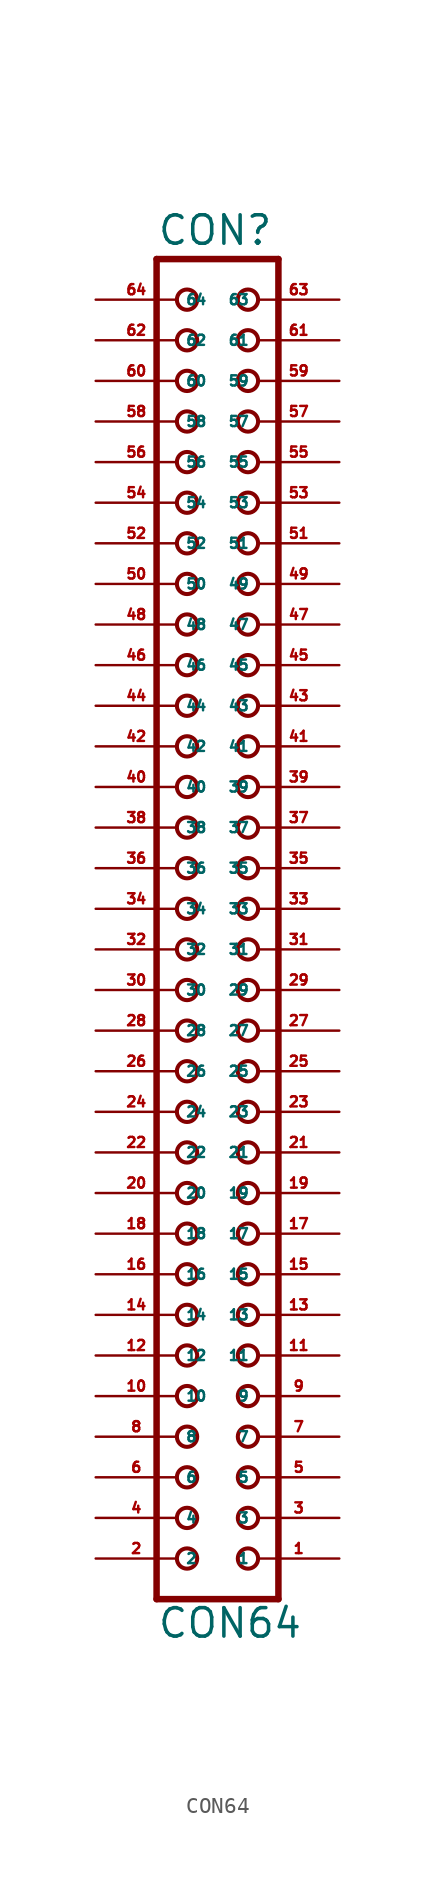
<source format=kicad_sym>
(kicad_symbol_lib
  (version 20220914)
  (generator Eagle2Kicad)
  (symbol "CON64"
    (property "Reference" "CON"
      (at -3.81 41.402 0)
      (effects (font (size 1.778 1.778) (thickness 0.22)) (justify left bottom)))
    (property "Value" "CON64"
      (at -3.81 -45.72 0)
      (effects (font (size 1.778 1.778) (thickness 0.22)) (justify left bottom)))
    (polyline
      (pts (xy 3.81 -43.18) (xy -3.81 -43.18))
      (stroke (width 0.406) (type default))
      (fill (type none)))
    (polyline
      (pts (xy -3.81 40.64) (xy -3.81 -43.18))
      (stroke (width 0.406) (type default))
      (fill (type none)))
    (polyline
      (pts (xy -3.81 40.64) (xy 3.81 40.64))
      (stroke (width 0.406) (type default))
      (fill (type none)))
    (polyline
      (pts (xy 3.81 -43.18) (xy 3.81 40.64))
      (stroke (width 0.406) (type default))
      (fill (type none)))
    (circle
      (center 1.905 -40.64)
      (radius 0.635)
      (stroke (width 0.254) (type default))
      (fill (type none)))
    (circle
      (center 1.905 -38.1)
      (radius 0.635)
      (stroke (width 0.254) (type default))
      (fill (type none)))
    (circle
      (center 1.905 -35.56)
      (radius 0.635)
      (stroke (width 0.254) (type default))
      (fill (type none)))
    (circle
      (center 1.905 -33.02)
      (radius 0.635)
      (stroke (width 0.254) (type default))
      (fill (type none)))
    (circle
      (center 1.905 -30.48)
      (radius 0.635)
      (stroke (width 0.254) (type default))
      (fill (type none)))
    (circle
      (center 1.905 -27.94)
      (radius 0.635)
      (stroke (width 0.254) (type default))
      (fill (type none)))
    (circle
      (center 1.905 -25.4)
      (radius 0.635)
      (stroke (width 0.254) (type default))
      (fill (type none)))
    (circle
      (center 1.905 -22.86)
      (radius 0.635)
      (stroke (width 0.254) (type default))
      (fill (type none)))
    (circle
      (center 1.905 -20.32)
      (radius 0.635)
      (stroke (width 0.254) (type default))
      (fill (type none)))
    (circle
      (center 1.905 -17.78)
      (radius 0.635)
      (stroke (width 0.254) (type default))
      (fill (type none)))
    (circle
      (center 1.905 -15.24)
      (radius 0.635)
      (stroke (width 0.254) (type default))
      (fill (type none)))
    (circle
      (center 1.905 -12.7)
      (radius 0.635)
      (stroke (width 0.254) (type default))
      (fill (type none)))
    (circle
      (center 1.905 -10.16)
      (radius 0.635)
      (stroke (width 0.254) (type default))
      (fill (type none)))
    (circle
      (center 1.905 -7.62)
      (radius 0.635)
      (stroke (width 0.254) (type default))
      (fill (type none)))
    (circle
      (center 1.905 -5.08)
      (radius 0.635)
      (stroke (width 0.254) (type default))
      (fill (type none)))
    (circle
      (center 1.905 -2.54)
      (radius 0.635)
      (stroke (width 0.254) (type default))
      (fill (type none)))
    (circle
      (center 1.905 0)
      (radius 0.635)
      (stroke (width 0.254) (type default))
      (fill (type none)))
    (circle
      (center 1.905 2.54)
      (radius 0.635)
      (stroke (width 0.254) (type default))
      (fill (type none)))
    (circle
      (center 1.905 5.08)
      (radius 0.635)
      (stroke (width 0.254) (type default))
      (fill (type none)))
    (circle
      (center 1.905 7.62)
      (radius 0.635)
      (stroke (width 0.254) (type default))
      (fill (type none)))
    (circle
      (center 1.905 10.16)
      (radius 0.635)
      (stroke (width 0.254) (type default))
      (fill (type none)))
    (circle
      (center 1.905 12.7)
      (radius 0.635)
      (stroke (width 0.254) (type default))
      (fill (type none)))
    (circle
      (center 1.905 15.24)
      (radius 0.635)
      (stroke (width 0.254) (type default))
      (fill (type none)))
    (circle
      (center 1.905 17.78)
      (radius 0.635)
      (stroke (width 0.254) (type default))
      (fill (type none)))
    (circle
      (center 1.905 20.32)
      (radius 0.635)
      (stroke (width 0.254) (type default))
      (fill (type none)))
    (circle
      (center 1.905 22.86)
      (radius 0.635)
      (stroke (width 0.254) (type default))
      (fill (type none)))
    (circle
      (center 1.905 25.4)
      (radius 0.635)
      (stroke (width 0.254) (type default))
      (fill (type none)))
    (circle
      (center 1.905 27.94)
      (radius 0.635)
      (stroke (width 0.254) (type default))
      (fill (type none)))
    (circle
      (center 1.905 30.48)
      (radius 0.635)
      (stroke (width 0.254) (type default))
      (fill (type none)))
    (circle
      (center 1.905 33.02)
      (radius 0.635)
      (stroke (width 0.254) (type default))
      (fill (type none)))
    (circle
      (center 1.905 35.56)
      (radius 0.635)
      (stroke (width 0.254) (type default))
      (fill (type none)))
    (circle
      (center 1.905 38.1)
      (radius 0.635)
      (stroke (width 0.254) (type default))
      (fill (type none)))
    (circle
      (center -1.905 -40.64)
      (radius 0.635)
      (stroke (width 0.254) (type default))
      (fill (type none)))
    (circle
      (center -1.905 -38.1)
      (radius 0.635)
      (stroke (width 0.254) (type default))
      (fill (type none)))
    (circle
      (center -1.905 -35.56)
      (radius 0.635)
      (stroke (width 0.254) (type default))
      (fill (type none)))
    (circle
      (center -1.905 -33.02)
      (radius 0.635)
      (stroke (width 0.254) (type default))
      (fill (type none)))
    (circle
      (center -1.905 -30.48)
      (radius 0.635)
      (stroke (width 0.254) (type default))
      (fill (type none)))
    (circle
      (center -1.905 -27.94)
      (radius 0.635)
      (stroke (width 0.254) (type default))
      (fill (type none)))
    (circle
      (center -1.905 -25.4)
      (radius 0.635)
      (stroke (width 0.254) (type default))
      (fill (type none)))
    (circle
      (center -1.905 -22.86)
      (radius 0.635)
      (stroke (width 0.254) (type default))
      (fill (type none)))
    (circle
      (center -1.905 -20.32)
      (radius 0.635)
      (stroke (width 0.254) (type default))
      (fill (type none)))
    (circle
      (center -1.905 -17.78)
      (radius 0.635)
      (stroke (width 0.254) (type default))
      (fill (type none)))
    (circle
      (center -1.905 -15.24)
      (radius 0.635)
      (stroke (width 0.254) (type default))
      (fill (type none)))
    (circle
      (center -1.905 -12.7)
      (radius 0.635)
      (stroke (width 0.254) (type default))
      (fill (type none)))
    (circle
      (center -1.905 -10.16)
      (radius 0.635)
      (stroke (width 0.254) (type default))
      (fill (type none)))
    (circle
      (center -1.905 -7.62)
      (radius 0.635)
      (stroke (width 0.254) (type default))
      (fill (type none)))
    (circle
      (center -1.905 -5.08)
      (radius 0.635)
      (stroke (width 0.254) (type default))
      (fill (type none)))
    (circle
      (center -1.905 -2.54)
      (radius 0.635)
      (stroke (width 0.254) (type default))
      (fill (type none)))
    (circle
      (center -1.905 0)
      (radius 0.635)
      (stroke (width 0.254) (type default))
      (fill (type none)))
    (circle
      (center -1.905 2.54)
      (radius 0.635)
      (stroke (width 0.254) (type default))
      (fill (type none)))
    (circle
      (center -1.905 5.08)
      (radius 0.635)
      (stroke (width 0.254) (type default))
      (fill (type none)))
    (circle
      (center -1.905 7.62)
      (radius 0.635)
      (stroke (width 0.254) (type default))
      (fill (type none)))
    (circle
      (center -1.905 10.16)
      (radius 0.635)
      (stroke (width 0.254) (type default))
      (fill (type none)))
    (circle
      (center -1.905 12.7)
      (radius 0.635)
      (stroke (width 0.254) (type default))
      (fill (type none)))
    (circle
      (center -1.905 15.24)
      (radius 0.635)
      (stroke (width 0.254) (type default))
      (fill (type none)))
    (circle
      (center -1.905 17.78)
      (radius 0.635)
      (stroke (width 0.254) (type default))
      (fill (type none)))
    (circle
      (center -1.905 20.32)
      (radius 0.635)
      (stroke (width 0.254) (type default))
      (fill (type none)))
    (circle
      (center -1.905 22.86)
      (radius 0.635)
      (stroke (width 0.254) (type default))
      (fill (type none)))
    (circle
      (center -1.905 25.4)
      (radius 0.635)
      (stroke (width 0.254) (type default))
      (fill (type none)))
    (circle
      (center -1.905 27.94)
      (radius 0.635)
      (stroke (width 0.254) (type default))
      (fill (type none)))
    (circle
      (center -1.905 30.48)
      (radius 0.635)
      (stroke (width 0.254) (type default))
      (fill (type none)))
    (circle
      (center -1.905 33.02)
      (radius 0.635)
      (stroke (width 0.254) (type default))
      (fill (type none)))
    (circle
      (center -1.905 35.56)
      (radius 0.635)
      (stroke (width 0.254) (type default))
      (fill (type none)))
    (circle
      (center -1.905 38.1)
      (radius 0.635)
      (stroke (width 0.254) (type default))
      (fill (type none)))
    (pin passive line
      (at 7.62 -40.64 180)
      (length 5.08)
      (name "1" (effects (font (size 0.635 0.635) (thickness 0.08)) (justify left bottom)))
      (number "1" (effects (font (size 0.635 0.635) (thickness 0.08)) (justify left bottom))))
    (pin passive line
      (at -7.62 -40.64 0)
      (length 5.08)
      (name "2" (effects (font (size 0.635 0.635) (thickness 0.08)) (justify left bottom)))
      (number "2" (effects (font (size 0.635 0.635) (thickness 0.08)) (justify left bottom))))
    (pin passive line
      (at 7.62 -38.1 180)
      (length 5.08)
      (name "3" (effects (font (size 0.635 0.635) (thickness 0.08)) (justify left bottom)))
      (number "3" (effects (font (size 0.635 0.635) (thickness 0.08)) (justify left bottom))))
    (pin passive line
      (at -7.62 -38.1 0)
      (length 5.08)
      (name "4" (effects (font (size 0.635 0.635) (thickness 0.08)) (justify left bottom)))
      (number "4" (effects (font (size 0.635 0.635) (thickness 0.08)) (justify left bottom))))
    (pin passive line
      (at 7.62 -35.56 180)
      (length 5.08)
      (name "5" (effects (font (size 0.635 0.635) (thickness 0.08)) (justify left bottom)))
      (number "5" (effects (font (size 0.635 0.635) (thickness 0.08)) (justify left bottom))))
    (pin passive line
      (at -7.62 -35.56 0)
      (length 5.08)
      (name "6" (effects (font (size 0.635 0.635) (thickness 0.08)) (justify left bottom)))
      (number "6" (effects (font (size 0.635 0.635) (thickness 0.08)) (justify left bottom))))
    (pin passive line
      (at 7.62 -33.02 180)
      (length 5.08)
      (name "7" (effects (font (size 0.635 0.635) (thickness 0.08)) (justify left bottom)))
      (number "7" (effects (font (size 0.635 0.635) (thickness 0.08)) (justify left bottom))))
    (pin passive line
      (at -7.62 -33.02 0)
      (length 5.08)
      (name "8" (effects (font (size 0.635 0.635) (thickness 0.08)) (justify left bottom)))
      (number "8" (effects (font (size 0.635 0.635) (thickness 0.08)) (justify left bottom))))
    (pin passive line
      (at 7.62 -30.48 180)
      (length 5.08)
      (name "9" (effects (font (size 0.635 0.635) (thickness 0.08)) (justify left bottom)))
      (number "9" (effects (font (size 0.635 0.635) (thickness 0.08)) (justify left bottom))))
    (pin passive line
      (at -7.62 -30.48 0)
      (length 5.08)
      (name "10" (effects (font (size 0.635 0.635) (thickness 0.08)) (justify left bottom)))
      (number "10" (effects (font (size 0.635 0.635) (thickness 0.08)) (justify left bottom))))
    (pin passive line
      (at 7.62 -27.94 180)
      (length 5.08)
      (name "11" (effects (font (size 0.635 0.635) (thickness 0.08)) (justify left bottom)))
      (number "11" (effects (font (size 0.635 0.635) (thickness 0.08)) (justify left bottom))))
    (pin passive line
      (at -7.62 -27.94 0)
      (length 5.08)
      (name "12" (effects (font (size 0.635 0.635) (thickness 0.08)) (justify left bottom)))
      (number "12" (effects (font (size 0.635 0.635) (thickness 0.08)) (justify left bottom))))
    (pin passive line
      (at 7.62 -25.4 180)
      (length 5.08)
      (name "13" (effects (font (size 0.635 0.635) (thickness 0.08)) (justify left bottom)))
      (number "13" (effects (font (size 0.635 0.635) (thickness 0.08)) (justify left bottom))))
    (pin passive line
      (at -7.62 -25.4 0)
      (length 5.08)
      (name "14" (effects (font (size 0.635 0.635) (thickness 0.08)) (justify left bottom)))
      (number "14" (effects (font (size 0.635 0.635) (thickness 0.08)) (justify left bottom))))
    (pin passive line
      (at 7.62 -22.86 180)
      (length 5.08)
      (name "15" (effects (font (size 0.635 0.635) (thickness 0.08)) (justify left bottom)))
      (number "15" (effects (font (size 0.635 0.635) (thickness 0.08)) (justify left bottom))))
    (pin passive line
      (at -7.62 -22.86 0)
      (length 5.08)
      (name "16" (effects (font (size 0.635 0.635) (thickness 0.08)) (justify left bottom)))
      (number "16" (effects (font (size 0.635 0.635) (thickness 0.08)) (justify left bottom))))
    (pin passive line
      (at 7.62 -20.32 180)
      (length 5.08)
      (name "17" (effects (font (size 0.635 0.635) (thickness 0.08)) (justify left bottom)))
      (number "17" (effects (font (size 0.635 0.635) (thickness 0.08)) (justify left bottom))))
    (pin passive line
      (at -7.62 -20.32 0)
      (length 5.08)
      (name "18" (effects (font (size 0.635 0.635) (thickness 0.08)) (justify left bottom)))
      (number "18" (effects (font (size 0.635 0.635) (thickness 0.08)) (justify left bottom))))
    (pin passive line
      (at 7.62 -17.78 180)
      (length 5.08)
      (name "19" (effects (font (size 0.635 0.635) (thickness 0.08)) (justify left bottom)))
      (number "19" (effects (font (size 0.635 0.635) (thickness 0.08)) (justify left bottom))))
    (pin passive line
      (at -7.62 -17.78 0)
      (length 5.08)
      (name "20" (effects (font (size 0.635 0.635) (thickness 0.08)) (justify left bottom)))
      (number "20" (effects (font (size 0.635 0.635) (thickness 0.08)) (justify left bottom))))
    (pin passive line
      (at 7.62 -15.24 180)
      (length 5.08)
      (name "21" (effects (font (size 0.635 0.635) (thickness 0.08)) (justify left bottom)))
      (number "21" (effects (font (size 0.635 0.635) (thickness 0.08)) (justify left bottom))))
    (pin passive line
      (at -7.62 -15.24 0)
      (length 5.08)
      (name "22" (effects (font (size 0.635 0.635) (thickness 0.08)) (justify left bottom)))
      (number "22" (effects (font (size 0.635 0.635) (thickness 0.08)) (justify left bottom))))
    (pin passive line
      (at 7.62 -12.7 180)
      (length 5.08)
      (name "23" (effects (font (size 0.635 0.635) (thickness 0.08)) (justify left bottom)))
      (number "23" (effects (font (size 0.635 0.635) (thickness 0.08)) (justify left bottom))))
    (pin passive line
      (at -7.62 -12.7 0)
      (length 5.08)
      (name "24" (effects (font (size 0.635 0.635) (thickness 0.08)) (justify left bottom)))
      (number "24" (effects (font (size 0.635 0.635) (thickness 0.08)) (justify left bottom))))
    (pin passive line
      (at 7.62 -10.16 180)
      (length 5.08)
      (name "25" (effects (font (size 0.635 0.635) (thickness 0.08)) (justify left bottom)))
      (number "25" (effects (font (size 0.635 0.635) (thickness 0.08)) (justify left bottom))))
    (pin passive line
      (at -7.62 -10.16 0)
      (length 5.08)
      (name "26" (effects (font (size 0.635 0.635) (thickness 0.08)) (justify left bottom)))
      (number "26" (effects (font (size 0.635 0.635) (thickness 0.08)) (justify left bottom))))
    (pin passive line
      (at 7.62 -7.62 180)
      (length 5.08)
      (name "27" (effects (font (size 0.635 0.635) (thickness 0.08)) (justify left bottom)))
      (number "27" (effects (font (size 0.635 0.635) (thickness 0.08)) (justify left bottom))))
    (pin passive line
      (at -7.62 -7.62 0)
      (length 5.08)
      (name "28" (effects (font (size 0.635 0.635) (thickness 0.08)) (justify left bottom)))
      (number "28" (effects (font (size 0.635 0.635) (thickness 0.08)) (justify left bottom))))
    (pin passive line
      (at 7.62 -5.08 180)
      (length 5.08)
      (name "29" (effects (font (size 0.635 0.635) (thickness 0.08)) (justify left bottom)))
      (number "29" (effects (font (size 0.635 0.635) (thickness 0.08)) (justify left bottom))))
    (pin passive line
      (at -7.62 -5.08 0)
      (length 5.08)
      (name "30" (effects (font (size 0.635 0.635) (thickness 0.08)) (justify left bottom)))
      (number "30" (effects (font (size 0.635 0.635) (thickness 0.08)) (justify left bottom))))
    (pin passive line
      (at 7.62 -2.54 180)
      (length 5.08)
      (name "31" (effects (font (size 0.635 0.635) (thickness 0.08)) (justify left bottom)))
      (number "31" (effects (font (size 0.635 0.635) (thickness 0.08)) (justify left bottom))))
    (pin passive line
      (at -7.62 -2.54 0)
      (length 5.08)
      (name "32" (effects (font (size 0.635 0.635) (thickness 0.08)) (justify left bottom)))
      (number "32" (effects (font (size 0.635 0.635) (thickness 0.08)) (justify left bottom))))
    (pin passive line
      (at 7.62 0 180)
      (length 5.08)
      (name "33" (effects (font (size 0.635 0.635) (thickness 0.08)) (justify left bottom)))
      (number "33" (effects (font (size 0.635 0.635) (thickness 0.08)) (justify left bottom))))
    (pin passive line
      (at -7.62 0 0)
      (length 5.08)
      (name "34" (effects (font (size 0.635 0.635) (thickness 0.08)) (justify left bottom)))
      (number "34" (effects (font (size 0.635 0.635) (thickness 0.08)) (justify left bottom))))
    (pin passive line
      (at 7.62 2.54 180)
      (length 5.08)
      (name "35" (effects (font (size 0.635 0.635) (thickness 0.08)) (justify left bottom)))
      (number "35" (effects (font (size 0.635 0.635) (thickness 0.08)) (justify left bottom))))
    (pin passive line
      (at -7.62 2.54 0)
      (length 5.08)
      (name "36" (effects (font (size 0.635 0.635) (thickness 0.08)) (justify left bottom)))
      (number "36" (effects (font (size 0.635 0.635) (thickness 0.08)) (justify left bottom))))
    (pin passive line
      (at 7.62 5.08 180)
      (length 5.08)
      (name "37" (effects (font (size 0.635 0.635) (thickness 0.08)) (justify left bottom)))
      (number "37" (effects (font (size 0.635 0.635) (thickness 0.08)) (justify left bottom))))
    (pin passive line
      (at -7.62 5.08 0)
      (length 5.08)
      (name "38" (effects (font (size 0.635 0.635) (thickness 0.08)) (justify left bottom)))
      (number "38" (effects (font (size 0.635 0.635) (thickness 0.08)) (justify left bottom))))
    (pin passive line
      (at 7.62 7.62 180)
      (length 5.08)
      (name "39" (effects (font (size 0.635 0.635) (thickness 0.08)) (justify left bottom)))
      (number "39" (effects (font (size 0.635 0.635) (thickness 0.08)) (justify left bottom))))
    (pin passive line
      (at -7.62 7.62 0)
      (length 5.08)
      (name "40" (effects (font (size 0.635 0.635) (thickness 0.08)) (justify left bottom)))
      (number "40" (effects (font (size 0.635 0.635) (thickness 0.08)) (justify left bottom))))
    (pin passive line
      (at 7.62 10.16 180)
      (length 5.08)
      (name "41" (effects (font (size 0.635 0.635) (thickness 0.08)) (justify left bottom)))
      (number "41" (effects (font (size 0.635 0.635) (thickness 0.08)) (justify left bottom))))
    (pin passive line
      (at -7.62 10.16 0)
      (length 5.08)
      (name "42" (effects (font (size 0.635 0.635) (thickness 0.08)) (justify left bottom)))
      (number "42" (effects (font (size 0.635 0.635) (thickness 0.08)) (justify left bottom))))
    (pin passive line
      (at 7.62 12.7 180)
      (length 5.08)
      (name "43" (effects (font (size 0.635 0.635) (thickness 0.08)) (justify left bottom)))
      (number "43" (effects (font (size 0.635 0.635) (thickness 0.08)) (justify left bottom))))
    (pin passive line
      (at -7.62 12.7 0)
      (length 5.08)
      (name "44" (effects (font (size 0.635 0.635) (thickness 0.08)) (justify left bottom)))
      (number "44" (effects (font (size 0.635 0.635) (thickness 0.08)) (justify left bottom))))
    (pin passive line
      (at 7.62 15.24 180)
      (length 5.08)
      (name "45" (effects (font (size 0.635 0.635) (thickness 0.08)) (justify left bottom)))
      (number "45" (effects (font (size 0.635 0.635) (thickness 0.08)) (justify left bottom))))
    (pin passive line
      (at -7.62 15.24 0)
      (length 5.08)
      (name "46" (effects (font (size 0.635 0.635) (thickness 0.08)) (justify left bottom)))
      (number "46" (effects (font (size 0.635 0.635) (thickness 0.08)) (justify left bottom))))
    (pin passive line
      (at 7.62 17.78 180)
      (length 5.08)
      (name "47" (effects (font (size 0.635 0.635) (thickness 0.08)) (justify left bottom)))
      (number "47" (effects (font (size 0.635 0.635) (thickness 0.08)) (justify left bottom))))
    (pin passive line
      (at -7.62 17.78 0)
      (length 5.08)
      (name "48" (effects (font (size 0.635 0.635) (thickness 0.08)) (justify left bottom)))
      (number "48" (effects (font (size 0.635 0.635) (thickness 0.08)) (justify left bottom))))
    (pin passive line
      (at 7.62 20.32 180)
      (length 5.08)
      (name "49" (effects (font (size 0.635 0.635) (thickness 0.08)) (justify left bottom)))
      (number "49" (effects (font (size 0.635 0.635) (thickness 0.08)) (justify left bottom))))
    (pin passive line
      (at -7.62 20.32 0)
      (length 5.08)
      (name "50" (effects (font (size 0.635 0.635) (thickness 0.08)) (justify left bottom)))
      (number "50" (effects (font (size 0.635 0.635) (thickness 0.08)) (justify left bottom))))
    (pin passive line
      (at 7.62 22.86 180)
      (length 5.08)
      (name "51" (effects (font (size 0.635 0.635) (thickness 0.08)) (justify left bottom)))
      (number "51" (effects (font (size 0.635 0.635) (thickness 0.08)) (justify left bottom))))
    (pin passive line
      (at -7.62 22.86 0)
      (length 5.08)
      (name "52" (effects (font (size 0.635 0.635) (thickness 0.08)) (justify left bottom)))
      (number "52" (effects (font (size 0.635 0.635) (thickness 0.08)) (justify left bottom))))
    (pin passive line
      (at 7.62 25.4 180)
      (length 5.08)
      (name "53" (effects (font (size 0.635 0.635) (thickness 0.08)) (justify left bottom)))
      (number "53" (effects (font (size 0.635 0.635) (thickness 0.08)) (justify left bottom))))
    (pin passive line
      (at -7.62 25.4 0)
      (length 5.08)
      (name "54" (effects (font (size 0.635 0.635) (thickness 0.08)) (justify left bottom)))
      (number "54" (effects (font (size 0.635 0.635) (thickness 0.08)) (justify left bottom))))
    (pin passive line
      (at 7.62 27.94 180)
      (length 5.08)
      (name "55" (effects (font (size 0.635 0.635) (thickness 0.08)) (justify left bottom)))
      (number "55" (effects (font (size 0.635 0.635) (thickness 0.08)) (justify left bottom))))
    (pin passive line
      (at -7.62 27.94 0)
      (length 5.08)
      (name "56" (effects (font (size 0.635 0.635) (thickness 0.08)) (justify left bottom)))
      (number "56" (effects (font (size 0.635 0.635) (thickness 0.08)) (justify left bottom))))
    (pin passive line
      (at 7.62 30.48 180)
      (length 5.08)
      (name "57" (effects (font (size 0.635 0.635) (thickness 0.08)) (justify left bottom)))
      (number "57" (effects (font (size 0.635 0.635) (thickness 0.08)) (justify left bottom))))
    (pin passive line
      (at -7.62 30.48 0)
      (length 5.08)
      (name "58" (effects (font (size 0.635 0.635) (thickness 0.08)) (justify left bottom)))
      (number "58" (effects (font (size 0.635 0.635) (thickness 0.08)) (justify left bottom))))
    (pin passive line
      (at 7.62 33.02 180)
      (length 5.08)
      (name "59" (effects (font (size 0.635 0.635) (thickness 0.08)) (justify left bottom)))
      (number "59" (effects (font (size 0.635 0.635) (thickness 0.08)) (justify left bottom))))
    (pin passive line
      (at -7.62 33.02 0)
      (length 5.08)
      (name "60" (effects (font (size 0.635 0.635) (thickness 0.08)) (justify left bottom)))
      (number "60" (effects (font (size 0.635 0.635) (thickness 0.08)) (justify left bottom))))
    (pin passive line
      (at 7.62 35.56 180)
      (length 5.08)
      (name "61" (effects (font (size 0.635 0.635) (thickness 0.08)) (justify left bottom)))
      (number "61" (effects (font (size 0.635 0.635) (thickness 0.08)) (justify left bottom))))
    (pin passive line
      (at -7.62 35.56 0)
      (length 5.08)
      (name "62" (effects (font (size 0.635 0.635) (thickness 0.08)) (justify left bottom)))
      (number "62" (effects (font (size 0.635 0.635) (thickness 0.08)) (justify left bottom))))
    (pin passive line
      (at 7.62 38.1 180)
      (length 5.08)
      (name "63" (effects (font (size 0.635 0.635) (thickness 0.08)) (justify left bottom)))
      (number "63" (effects (font (size 0.635 0.635) (thickness 0.08)) (justify left bottom))))
    (pin passive line
      (at -7.62 38.1 0)
      (length 5.08)
      (name "64" (effects (font (size 0.635 0.635) (thickness 0.08)) (justify left bottom)))
      (number "64" (effects (font (size 0.635 0.635) (thickness 0.08)) (justify left bottom))))))
</source>
